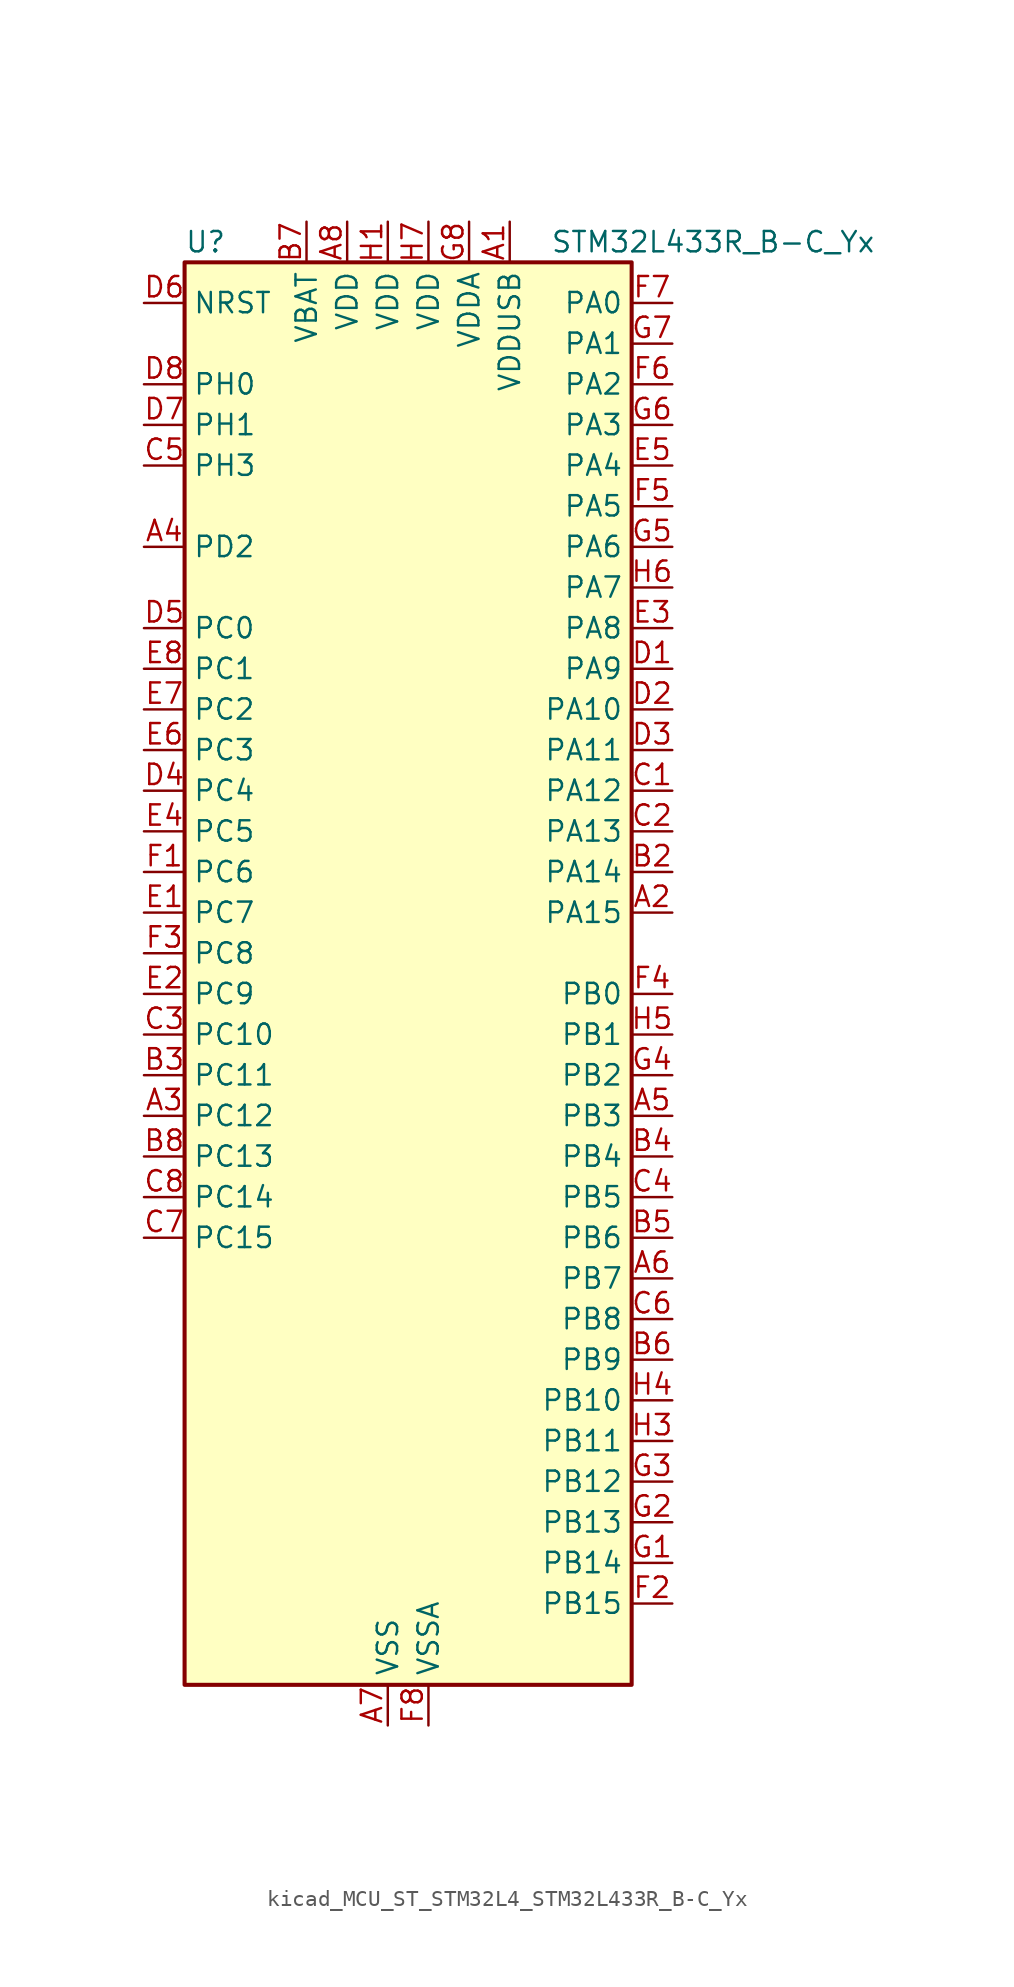
<source format=kicad_sym>
(kicad_symbol_lib
  (version 20220914)
  (generator kicad_symbol_editor)
  (symbol "kicad_MCU_ST_STM32L4_STM32L433R_B-C_Yx"
    (property "Reference" "U"
      (at -12.7 46.99 0)
      (effects (font (size 1.27 1.27)) (justify left)))
    (property "Value" "STM32L433R_B-C_Yx"
      (at 10.16 46.99 0)
      (effects (font (size 1.27 1.27)) (justify left)))
    (property "ki_locked" ""
      (at 0 0 0)
      (effects (font (size 1.27 1.27))))
    (symbol "kicad_MCU_ST_STM32L4_STM32L433R_B-C_Yx_0_1"
      (rectangle (start -12.7 -43.18) (end 15.24 45.72) (stroke (width 0.254) (type default)) (fill (type background))))
    (symbol "kicad_MCU_ST_STM32L4_STM32L433R_B-C_Yx_1_1"
      (pin power_in line (at 7.62 48.26 270) (length 2.54) (name "VDDUSB" (effects (font (size 1.27 1.27)))) (number "A1" (effects (font (size 1.27 1.27)))))
      (pin bidirectional line (at 17.78 5.08 180) (length 2.54) (name "PA15" (effects (font (size 1.27 1.27)))) (number "A2" (effects (font (size 1.27 1.27)))) (alternate "ADC1_EXTI15" bidirectional line) (alternate "LCD_SEG17" bidirectional line) (alternate "SPI1_NSS" bidirectional line) (alternate "SPI3_NSS" bidirectional line) (alternate "SWPMI1_SUSPEND" bidirectional line) (alternate "SYS_JTDI" bidirectional line) (alternate "TIM2_CH1" bidirectional line) (alternate "TIM2_ETR" bidirectional line) (alternate "TSC_G3_IO1" bidirectional line) (alternate "USART2_RX" bidirectional line) (alternate "USART3_DE" bidirectional line) (alternate "USART3_RTS" bidirectional line))
      (pin bidirectional line (at -15.24 -7.62 0) (length 2.54) (name "PC12" (effects (font (size 1.27 1.27)))) (number "A3" (effects (font (size 1.27 1.27)))) (alternate "LCD_COM6" bidirectional line) (alternate "LCD_SEG30" bidirectional line) (alternate "LCD_SEG42" bidirectional line) (alternate "SDMMC1_CK" bidirectional line) (alternate "SPI3_MOSI" bidirectional line) (alternate "TSC_G3_IO4" bidirectional line) (alternate "USART3_CK" bidirectional line))
      (pin bidirectional line (at -15.24 27.94 0) (length 2.54) (name "PD2" (effects (font (size 1.27 1.27)))) (number "A4" (effects (font (size 1.27 1.27)))) (alternate "LCD_COM7" bidirectional line) (alternate "LCD_SEG31" bidirectional line) (alternate "LCD_SEG43" bidirectional line) (alternate "SDMMC1_CMD" bidirectional line) (alternate "TSC_SYNC" bidirectional line) (alternate "USART3_DE" bidirectional line) (alternate "USART3_RTS" bidirectional line))
      (pin bidirectional line (at 17.78 -7.62 180) (length 2.54) (name "PB3" (effects (font (size 1.27 1.27)))) (number "A5" (effects (font (size 1.27 1.27)))) (alternate "COMP2_INM" bidirectional line) (alternate "LCD_SEG7" bidirectional line) (alternate "SAI1_SCK_B" bidirectional line) (alternate "SPI1_SCK" bidirectional line) (alternate "SPI3_SCK" bidirectional line) (alternate "SYS_JTDO-SWO" bidirectional line) (alternate "TIM2_CH2" bidirectional line) (alternate "USART1_DE" bidirectional line) (alternate "USART1_RTS" bidirectional line))
      (pin bidirectional line (at 17.78 -17.78 180) (length 2.54) (name "PB7" (effects (font (size 1.27 1.27)))) (number "A6" (effects (font (size 1.27 1.27)))) (alternate "COMP2_INM" bidirectional line) (alternate "I2C1_SDA" bidirectional line) (alternate "LCD_SEG21" bidirectional line) (alternate "LPTIM1_IN2" bidirectional line) (alternate "SYS_PVD_IN" bidirectional line) (alternate "TSC_G2_IO4" bidirectional line) (alternate "USART1_RX" bidirectional line))
      (pin power_in line (at 0 -45.72 90) (length 2.54) (name "VSS" (effects (font (size 1.27 1.27)))) (number "A7" (effects (font (size 1.27 1.27)))))
      (pin power_in line (at -2.54 48.26 270) (length 2.54) (name "VDD" (effects (font (size 1.27 1.27)))) (number "A8" (effects (font (size 1.27 1.27)))))
      (pin passive line (at 0 -45.72 90) (length 2.54) hide (name "VSS" (effects (font (size 1.27 1.27)))) (number "B1" (effects (font (size 1.27 1.27)))))
      (pin bidirectional line (at 17.78 7.62 180) (length 2.54) (name "PA14" (effects (font (size 1.27 1.27)))) (number "B2" (effects (font (size 1.27 1.27)))) (alternate "I2C1_SMBA" bidirectional line) (alternate "LPTIM1_OUT" bidirectional line) (alternate "SAI1_FS_B" bidirectional line) (alternate "SWPMI1_RX" bidirectional line) (alternate "SYS_JTCK-SWCLK" bidirectional line))
      (pin bidirectional line (at -15.24 -5.08 0) (length 2.54) (name "PC11" (effects (font (size 1.27 1.27)))) (number "B3" (effects (font (size 1.27 1.27)))) (alternate "ADC1_EXTI11" bidirectional line) (alternate "LCD_COM5" bidirectional line) (alternate "LCD_SEG29" bidirectional line) (alternate "LCD_SEG41" bidirectional line) (alternate "SDMMC1_D3" bidirectional line) (alternate "SPI3_MISO" bidirectional line) (alternate "TSC_G3_IO3" bidirectional line) (alternate "USART3_RX" bidirectional line))
      (pin bidirectional line (at 17.78 -10.16 180) (length 2.54) (name "PB4" (effects (font (size 1.27 1.27)))) (number "B4" (effects (font (size 1.27 1.27)))) (alternate "COMP2_INP" bidirectional line) (alternate "I2C3_SDA" bidirectional line) (alternate "LCD_SEG8" bidirectional line) (alternate "SAI1_MCLK_B" bidirectional line) (alternate "SPI1_MISO" bidirectional line) (alternate "SPI3_MISO" bidirectional line) (alternate "SYS_JTRST" bidirectional line) (alternate "TSC_G2_IO1" bidirectional line) (alternate "USART1_CTS" bidirectional line))
      (pin bidirectional line (at 17.78 -15.24 180) (length 2.54) (name "PB6" (effects (font (size 1.27 1.27)))) (number "B5" (effects (font (size 1.27 1.27)))) (alternate "COMP2_INP" bidirectional line) (alternate "I2C1_SCL" bidirectional line) (alternate "LPTIM1_ETR" bidirectional line) (alternate "SAI1_FS_B" bidirectional line) (alternate "TIM16_CH1N" bidirectional line) (alternate "TSC_G2_IO3" bidirectional line) (alternate "USART1_TX" bidirectional line))
      (pin bidirectional line (at 17.78 -22.86 180) (length 2.54) (name "PB9" (effects (font (size 1.27 1.27)))) (number "B6" (effects (font (size 1.27 1.27)))) (alternate "CAN1_TX" bidirectional line) (alternate "DAC1_EXTI9" bidirectional line) (alternate "I2C1_SDA" bidirectional line) (alternate "IR_OUT" bidirectional line) (alternate "LCD_COM3" bidirectional line) (alternate "SAI1_FS_A" bidirectional line) (alternate "SDMMC1_D5" bidirectional line) (alternate "SPI2_NSS" bidirectional line))
      (pin power_in line (at -5.08 48.26 270) (length 2.54) (name "VBAT" (effects (font (size 1.27 1.27)))) (number "B7" (effects (font (size 1.27 1.27)))))
      (pin bidirectional line (at -15.24 -10.16 0) (length 2.54) (name "PC13" (effects (font (size 1.27 1.27)))) (number "B8" (effects (font (size 1.27 1.27)))) (alternate "RTC_OUT_ALARM" bidirectional line) (alternate "RTC_OUT_CALIB" bidirectional line) (alternate "RTC_TAMP1" bidirectional line) (alternate "RTC_TS" bidirectional line) (alternate "SYS_WKUP2" bidirectional line))
      (pin bidirectional line (at 17.78 12.7 180) (length 2.54) (name "PA12" (effects (font (size 1.27 1.27)))) (number "C1" (effects (font (size 1.27 1.27)))) (alternate "CAN1_TX" bidirectional line) (alternate "SPI1_MOSI" bidirectional line) (alternate "TIM1_ETR" bidirectional line) (alternate "USART1_DE" bidirectional line) (alternate "USART1_RTS" bidirectional line) (alternate "USB_DP" bidirectional line))
      (pin bidirectional line (at 17.78 10.16 180) (length 2.54) (name "PA13" (effects (font (size 1.27 1.27)))) (number "C2" (effects (font (size 1.27 1.27)))) (alternate "IR_OUT" bidirectional line) (alternate "SAI1_SD_B" bidirectional line) (alternate "SWPMI1_TX" bidirectional line) (alternate "SYS_JTMS-SWDIO" bidirectional line) (alternate "USB_NOE" bidirectional line))
      (pin bidirectional line (at -15.24 -2.54 0) (length 2.54) (name "PC10" (effects (font (size 1.27 1.27)))) (number "C3" (effects (font (size 1.27 1.27)))) (alternate "LCD_COM4" bidirectional line) (alternate "LCD_SEG28" bidirectional line) (alternate "LCD_SEG40" bidirectional line) (alternate "SDMMC1_D2" bidirectional line) (alternate "SPI3_SCK" bidirectional line) (alternate "TSC_G3_IO2" bidirectional line) (alternate "USART3_TX" bidirectional line))
      (pin bidirectional line (at 17.78 -12.7 180) (length 2.54) (name "PB5" (effects (font (size 1.27 1.27)))) (number "C4" (effects (font (size 1.27 1.27)))) (alternate "COMP2_OUT" bidirectional line) (alternate "I2C1_SMBA" bidirectional line) (alternate "LCD_SEG9" bidirectional line) (alternate "LPTIM1_IN1" bidirectional line) (alternate "SAI1_SD_B" bidirectional line) (alternate "SPI1_MOSI" bidirectional line) (alternate "SPI3_MOSI" bidirectional line) (alternate "TIM16_BKIN" bidirectional line) (alternate "TSC_G2_IO2" bidirectional line) (alternate "USART1_CK" bidirectional line))
      (pin bidirectional line (at -15.24 33.02 0) (length 2.54) (name "PH3" (effects (font (size 1.27 1.27)))) (number "C5" (effects (font (size 1.27 1.27)))))
      (pin bidirectional line (at 17.78 -20.32 180) (length 2.54) (name "PB8" (effects (font (size 1.27 1.27)))) (number "C6" (effects (font (size 1.27 1.27)))) (alternate "CAN1_RX" bidirectional line) (alternate "I2C1_SCL" bidirectional line) (alternate "LCD_SEG16" bidirectional line) (alternate "SAI1_MCLK_A" bidirectional line) (alternate "SDMMC1_D4" bidirectional line) (alternate "TIM16_CH1" bidirectional line))
      (pin bidirectional line (at -15.24 -15.24 0) (length 2.54) (name "PC15" (effects (font (size 1.27 1.27)))) (number "C7" (effects (font (size 1.27 1.27)))) (alternate "ADC1_EXTI15" bidirectional line) (alternate "RCC_OSC32_OUT" bidirectional line))
      (pin bidirectional line (at -15.24 -12.7 0) (length 2.54) (name "PC14" (effects (font (size 1.27 1.27)))) (number "C8" (effects (font (size 1.27 1.27)))) (alternate "RCC_OSC32_IN" bidirectional line))
      (pin bidirectional line (at 17.78 20.32 180) (length 2.54) (name "PA9" (effects (font (size 1.27 1.27)))) (number "D1" (effects (font (size 1.27 1.27)))) (alternate "DAC1_EXTI9" bidirectional line) (alternate "I2C1_SCL" bidirectional line) (alternate "LCD_COM1" bidirectional line) (alternate "SAI1_FS_A" bidirectional line) (alternate "TIM15_BKIN" bidirectional line) (alternate "TIM1_CH2" bidirectional line) (alternate "USART1_TX" bidirectional line))
      (pin bidirectional line (at 17.78 17.78 180) (length 2.54) (name "PA10" (effects (font (size 1.27 1.27)))) (number "D2" (effects (font (size 1.27 1.27)))) (alternate "CRS_SYNC" bidirectional line) (alternate "I2C1_SDA" bidirectional line) (alternate "LCD_COM2" bidirectional line) (alternate "SAI1_SD_A" bidirectional line) (alternate "TIM1_CH3" bidirectional line) (alternate "USART1_RX" bidirectional line))
      (pin bidirectional line (at 17.78 15.24 180) (length 2.54) (name "PA11" (effects (font (size 1.27 1.27)))) (number "D3" (effects (font (size 1.27 1.27)))) (alternate "ADC1_EXTI11" bidirectional line) (alternate "CAN1_RX" bidirectional line) (alternate "COMP1_OUT" bidirectional line) (alternate "SPI1_MISO" bidirectional line) (alternate "TIM1_BKIN2" bidirectional line) (alternate "TIM1_BKIN2_COMP1" bidirectional line) (alternate "TIM1_CH4" bidirectional line) (alternate "USART1_CTS" bidirectional line) (alternate "USB_DM" bidirectional line))
      (pin bidirectional line (at -15.24 12.7 0) (length 2.54) (name "PC4" (effects (font (size 1.27 1.27)))) (number "D4" (effects (font (size 1.27 1.27)))) (alternate "ADC1_IN13" bidirectional line) (alternate "COMP1_INM" bidirectional line) (alternate "LCD_SEG22" bidirectional line) (alternate "USART3_TX" bidirectional line))
      (pin bidirectional line (at -15.24 22.86 0) (length 2.54) (name "PC0" (effects (font (size 1.27 1.27)))) (number "D5" (effects (font (size 1.27 1.27)))) (alternate "ADC1_IN1" bidirectional line) (alternate "I2C3_SCL" bidirectional line) (alternate "LCD_SEG18" bidirectional line) (alternate "LPTIM1_IN1" bidirectional line) (alternate "LPTIM2_IN1" bidirectional line) (alternate "LPUART1_RX" bidirectional line))
      (pin input line (at -15.24 43.18 0) (length 2.54) (name "NRST" (effects (font (size 1.27 1.27)))) (number "D6" (effects (font (size 1.27 1.27)))))
      (pin bidirectional line (at -15.24 35.56 0) (length 2.54) (name "PH1" (effects (font (size 1.27 1.27)))) (number "D7" (effects (font (size 1.27 1.27)))) (alternate "RCC_OSC_OUT" bidirectional line))
      (pin bidirectional line (at -15.24 38.1 0) (length 2.54) (name "PH0" (effects (font (size 1.27 1.27)))) (number "D8" (effects (font (size 1.27 1.27)))) (alternate "RCC_OSC_IN" bidirectional line))
      (pin bidirectional line (at -15.24 5.08 0) (length 2.54) (name "PC7" (effects (font (size 1.27 1.27)))) (number "E1" (effects (font (size 1.27 1.27)))) (alternate "LCD_SEG25" bidirectional line) (alternate "SDMMC1_D7" bidirectional line) (alternate "TSC_G4_IO2" bidirectional line))
      (pin bidirectional line (at -15.24 0 0) (length 2.54) (name "PC9" (effects (font (size 1.27 1.27)))) (number "E2" (effects (font (size 1.27 1.27)))) (alternate "DAC1_EXTI9" bidirectional line) (alternate "LCD_SEG27" bidirectional line) (alternate "SDMMC1_D1" bidirectional line) (alternate "TSC_G4_IO4" bidirectional line) (alternate "USB_NOE" bidirectional line))
      (pin bidirectional line (at 17.78 22.86 180) (length 2.54) (name "PA8" (effects (font (size 1.27 1.27)))) (number "E3" (effects (font (size 1.27 1.27)))) (alternate "LCD_COM0" bidirectional line) (alternate "LPTIM2_OUT" bidirectional line) (alternate "RCC_MCO" bidirectional line) (alternate "SAI1_SCK_A" bidirectional line) (alternate "SWPMI1_IO" bidirectional line) (alternate "TIM1_CH1" bidirectional line) (alternate "USART1_CK" bidirectional line))
      (pin bidirectional line (at -15.24 10.16 0) (length 2.54) (name "PC5" (effects (font (size 1.27 1.27)))) (number "E4" (effects (font (size 1.27 1.27)))) (alternate "ADC1_IN14" bidirectional line) (alternate "COMP1_INP" bidirectional line) (alternate "LCD_SEG23" bidirectional line) (alternate "SYS_WKUP5" bidirectional line) (alternate "USART3_RX" bidirectional line))
      (pin bidirectional line (at 17.78 33.02 180) (length 2.54) (name "PA4" (effects (font (size 1.27 1.27)))) (number "E5" (effects (font (size 1.27 1.27)))) (alternate "ADC1_IN9" bidirectional line) (alternate "COMP1_INM" bidirectional line) (alternate "COMP2_INM" bidirectional line) (alternate "DAC1_OUT1" bidirectional line) (alternate "LPTIM2_OUT" bidirectional line) (alternate "SAI1_FS_B" bidirectional line) (alternate "SPI1_NSS" bidirectional line) (alternate "SPI3_NSS" bidirectional line) (alternate "USART2_CK" bidirectional line))
      (pin bidirectional line (at -15.24 15.24 0) (length 2.54) (name "PC3" (effects (font (size 1.27 1.27)))) (number "E6" (effects (font (size 1.27 1.27)))) (alternate "ADC1_IN4" bidirectional line) (alternate "LCD_VLCD" bidirectional line) (alternate "LPTIM1_ETR" bidirectional line) (alternate "LPTIM2_ETR" bidirectional line) (alternate "SAI1_SD_A" bidirectional line) (alternate "SPI2_MOSI" bidirectional line))
      (pin bidirectional line (at -15.24 17.78 0) (length 2.54) (name "PC2" (effects (font (size 1.27 1.27)))) (number "E7" (effects (font (size 1.27 1.27)))) (alternate "ADC1_IN3" bidirectional line) (alternate "LCD_SEG20" bidirectional line) (alternate "LPTIM1_IN2" bidirectional line) (alternate "SPI2_MISO" bidirectional line))
      (pin bidirectional line (at -15.24 20.32 0) (length 2.54) (name "PC1" (effects (font (size 1.27 1.27)))) (number "E8" (effects (font (size 1.27 1.27)))) (alternate "ADC1_IN2" bidirectional line) (alternate "I2C3_SDA" bidirectional line) (alternate "LCD_SEG19" bidirectional line) (alternate "LPTIM1_OUT" bidirectional line) (alternate "LPUART1_TX" bidirectional line))
      (pin bidirectional line (at -15.24 7.62 0) (length 2.54) (name "PC6" (effects (font (size 1.27 1.27)))) (number "F1" (effects (font (size 1.27 1.27)))) (alternate "LCD_SEG24" bidirectional line) (alternate "SDMMC1_D6" bidirectional line) (alternate "TSC_G4_IO1" bidirectional line))
      (pin bidirectional line (at 17.78 -38.1 180) (length 2.54) (name "PB15" (effects (font (size 1.27 1.27)))) (number "F2" (effects (font (size 1.27 1.27)))) (alternate "ADC1_EXTI15" bidirectional line) (alternate "LCD_SEG15" bidirectional line) (alternate "RTC_REFIN" bidirectional line) (alternate "SAI1_SD_A" bidirectional line) (alternate "SPI2_MOSI" bidirectional line) (alternate "SWPMI1_SUSPEND" bidirectional line) (alternate "TIM15_CH2" bidirectional line) (alternate "TIM1_CH3N" bidirectional line) (alternate "TSC_G1_IO4" bidirectional line))
      (pin bidirectional line (at -15.24 2.54 0) (length 2.54) (name "PC8" (effects (font (size 1.27 1.27)))) (number "F3" (effects (font (size 1.27 1.27)))) (alternate "LCD_SEG26" bidirectional line) (alternate "SDMMC1_D0" bidirectional line) (alternate "TSC_G4_IO3" bidirectional line))
      (pin bidirectional line (at 17.78 0 180) (length 2.54) (name "PB0" (effects (font (size 1.27 1.27)))) (number "F4" (effects (font (size 1.27 1.27)))) (alternate "ADC1_IN15" bidirectional line) (alternate "COMP1_OUT" bidirectional line) (alternate "LCD_SEG5" bidirectional line) (alternate "QUADSPI_BK1_IO1" bidirectional line) (alternate "SAI1_EXTCLK" bidirectional line) (alternate "SPI1_NSS" bidirectional line) (alternate "TIM1_CH2N" bidirectional line) (alternate "USART3_CK" bidirectional line))
      (pin bidirectional line (at 17.78 30.48 180) (length 2.54) (name "PA5" (effects (font (size 1.27 1.27)))) (number "F5" (effects (font (size 1.27 1.27)))) (alternate "ADC1_IN10" bidirectional line) (alternate "COMP1_INM" bidirectional line) (alternate "COMP2_INM" bidirectional line) (alternate "DAC1_OUT2" bidirectional line) (alternate "LPTIM2_ETR" bidirectional line) (alternate "SPI1_SCK" bidirectional line) (alternate "TIM2_CH1" bidirectional line) (alternate "TIM2_ETR" bidirectional line))
      (pin bidirectional line (at 17.78 38.1 180) (length 2.54) (name "PA2" (effects (font (size 1.27 1.27)))) (number "F6" (effects (font (size 1.27 1.27)))) (alternate "ADC1_IN7" bidirectional line) (alternate "COMP2_INM" bidirectional line) (alternate "COMP2_OUT" bidirectional line) (alternate "LCD_SEG1" bidirectional line) (alternate "LPUART1_TX" bidirectional line) (alternate "QUADSPI_BK1_NCS" bidirectional line) (alternate "RCC_LSCO" bidirectional line) (alternate "SYS_WKUP4" bidirectional line) (alternate "TIM15_CH1" bidirectional line) (alternate "TIM2_CH3" bidirectional line) (alternate "USART2_TX" bidirectional line))
      (pin bidirectional line (at 17.78 43.18 180) (length 2.54) (name "PA0" (effects (font (size 1.27 1.27)))) (number "F7" (effects (font (size 1.27 1.27)))) (alternate "ADC1_IN5" bidirectional line) (alternate "COMP1_INM" bidirectional line) (alternate "COMP1_OUT" bidirectional line) (alternate "OPAMP1_VINP" bidirectional line) (alternate "RTC_TAMP2" bidirectional line) (alternate "SAI1_EXTCLK" bidirectional line) (alternate "SYS_WKUP1" bidirectional line) (alternate "TIM2_CH1" bidirectional line) (alternate "TIM2_ETR" bidirectional line) (alternate "USART2_CTS" bidirectional line))
      (pin power_in line (at 2.54 -45.72 90) (length 2.54) (name "VSSA" (effects (font (size 1.27 1.27)))) (number "F8" (effects (font (size 1.27 1.27)))))
      (pin bidirectional line (at 17.78 -35.56 180) (length 2.54) (name "PB14" (effects (font (size 1.27 1.27)))) (number "G1" (effects (font (size 1.27 1.27)))) (alternate "I2C2_SDA" bidirectional line) (alternate "LCD_SEG14" bidirectional line) (alternate "SAI1_MCLK_A" bidirectional line) (alternate "SPI2_MISO" bidirectional line) (alternate "SWPMI1_RX" bidirectional line) (alternate "TIM15_CH1" bidirectional line) (alternate "TIM1_CH2N" bidirectional line) (alternate "TSC_G1_IO3" bidirectional line) (alternate "USART3_DE" bidirectional line) (alternate "USART3_RTS" bidirectional line))
      (pin bidirectional line (at 17.78 -33.02 180) (length 2.54) (name "PB13" (effects (font (size 1.27 1.27)))) (number "G2" (effects (font (size 1.27 1.27)))) (alternate "I2C2_SCL" bidirectional line) (alternate "LCD_SEG13" bidirectional line) (alternate "LPUART1_CTS" bidirectional line) (alternate "SAI1_SCK_A" bidirectional line) (alternate "SPI2_SCK" bidirectional line) (alternate "SWPMI1_TX" bidirectional line) (alternate "TIM15_CH1N" bidirectional line) (alternate "TIM1_CH1N" bidirectional line) (alternate "TSC_G1_IO2" bidirectional line) (alternate "USART3_CTS" bidirectional line))
      (pin bidirectional line (at 17.78 -30.48 180) (length 2.54) (name "PB12" (effects (font (size 1.27 1.27)))) (number "G3" (effects (font (size 1.27 1.27)))) (alternate "I2C2_SMBA" bidirectional line) (alternate "LCD_SEG12" bidirectional line) (alternate "LPUART1_DE" bidirectional line) (alternate "LPUART1_RTS" bidirectional line) (alternate "SAI1_FS_A" bidirectional line) (alternate "SPI2_NSS" bidirectional line) (alternate "SWPMI1_IO" bidirectional line) (alternate "TIM15_BKIN" bidirectional line) (alternate "TIM1_BKIN" bidirectional line) (alternate "TIM1_BKIN_COMP2" bidirectional line) (alternate "TSC_G1_IO1" bidirectional line) (alternate "USART3_CK" bidirectional line))
      (pin bidirectional line (at 17.78 -5.08 180) (length 2.54) (name "PB2" (effects (font (size 1.27 1.27)))) (number "G4" (effects (font (size 1.27 1.27)))) (alternate "COMP1_INP" bidirectional line) (alternate "I2C3_SMBA" bidirectional line) (alternate "LCD_VLCD" bidirectional line) (alternate "LPTIM1_OUT" bidirectional line) (alternate "RTC_OUT_ALARM" bidirectional line) (alternate "RTC_OUT_CALIB" bidirectional line))
      (pin bidirectional line (at 17.78 27.94 180) (length 2.54) (name "PA6" (effects (font (size 1.27 1.27)))) (number "G5" (effects (font (size 1.27 1.27)))) (alternate "ADC1_IN11" bidirectional line) (alternate "COMP1_OUT" bidirectional line) (alternate "LCD_SEG3" bidirectional line) (alternate "LPUART1_CTS" bidirectional line) (alternate "QUADSPI_BK1_IO3" bidirectional line) (alternate "SPI1_MISO" bidirectional line) (alternate "TIM16_CH1" bidirectional line) (alternate "TIM1_BKIN" bidirectional line) (alternate "TIM1_BKIN_COMP2" bidirectional line) (alternate "USART3_CTS" bidirectional line))
      (pin bidirectional line (at 17.78 35.56 180) (length 2.54) (name "PA3" (effects (font (size 1.27 1.27)))) (number "G6" (effects (font (size 1.27 1.27)))) (alternate "ADC1_IN8" bidirectional line) (alternate "COMP2_INP" bidirectional line) (alternate "LCD_SEG2" bidirectional line) (alternate "LPUART1_RX" bidirectional line) (alternate "OPAMP1_VOUT" bidirectional line) (alternate "QUADSPI_CLK" bidirectional line) (alternate "SAI1_MCLK_A" bidirectional line) (alternate "TIM15_CH2" bidirectional line) (alternate "TIM2_CH4" bidirectional line) (alternate "USART2_RX" bidirectional line))
      (pin bidirectional line (at 17.78 40.64 180) (length 2.54) (name "PA1" (effects (font (size 1.27 1.27)))) (number "G7" (effects (font (size 1.27 1.27)))) (alternate "ADC1_IN6" bidirectional line) (alternate "COMP1_INP" bidirectional line) (alternate "I2C1_SMBA" bidirectional line) (alternate "LCD_SEG0" bidirectional line) (alternate "OPAMP1_VINM" bidirectional line) (alternate "SPI1_SCK" bidirectional line) (alternate "TIM15_CH1N" bidirectional line) (alternate "TIM2_CH2" bidirectional line) (alternate "USART2_DE" bidirectional line) (alternate "USART2_RTS" bidirectional line))
      (pin power_in line (at 5.08 48.26 270) (length 2.54) (name "VDDA" (effects (font (size 1.27 1.27)))) (number "G8" (effects (font (size 1.27 1.27)))))
      (pin power_in line (at 0 48.26 270) (length 2.54) (name "VDD" (effects (font (size 1.27 1.27)))) (number "H1" (effects (font (size 1.27 1.27)))))
      (pin passive line (at 0 -45.72 90) (length 2.54) hide (name "VSS" (effects (font (size 1.27 1.27)))) (number "H2" (effects (font (size 1.27 1.27)))))
      (pin bidirectional line (at 17.78 -27.94 180) (length 2.54) (name "PB11" (effects (font (size 1.27 1.27)))) (number "H3" (effects (font (size 1.27 1.27)))) (alternate "ADC1_EXTI11" bidirectional line) (alternate "COMP2_OUT" bidirectional line) (alternate "I2C2_SDA" bidirectional line) (alternate "LCD_SEG11" bidirectional line) (alternate "LPUART1_TX" bidirectional line) (alternate "QUADSPI_BK1_NCS" bidirectional line) (alternate "TIM2_CH4" bidirectional line) (alternate "USART3_RX" bidirectional line))
      (pin bidirectional line (at 17.78 -25.4 180) (length 2.54) (name "PB10" (effects (font (size 1.27 1.27)))) (number "H4" (effects (font (size 1.27 1.27)))) (alternate "COMP1_OUT" bidirectional line) (alternate "I2C2_SCL" bidirectional line) (alternate "LCD_SEG10" bidirectional line) (alternate "LPUART1_RX" bidirectional line) (alternate "QUADSPI_CLK" bidirectional line) (alternate "SAI1_SCK_A" bidirectional line) (alternate "SPI2_SCK" bidirectional line) (alternate "TIM2_CH3" bidirectional line) (alternate "TSC_SYNC" bidirectional line) (alternate "USART3_TX" bidirectional line))
      (pin bidirectional line (at 17.78 -2.54 180) (length 2.54) (name "PB1" (effects (font (size 1.27 1.27)))) (number "H5" (effects (font (size 1.27 1.27)))) (alternate "ADC1_IN16" bidirectional line) (alternate "COMP1_INM" bidirectional line) (alternate "LCD_SEG6" bidirectional line) (alternate "LPTIM2_IN1" bidirectional line) (alternate "LPUART1_DE" bidirectional line) (alternate "LPUART1_RTS" bidirectional line) (alternate "QUADSPI_BK1_IO0" bidirectional line) (alternate "TIM1_CH3N" bidirectional line) (alternate "USART3_DE" bidirectional line) (alternate "USART3_RTS" bidirectional line))
      (pin bidirectional line (at 17.78 25.4 180) (length 2.54) (name "PA7" (effects (font (size 1.27 1.27)))) (number "H6" (effects (font (size 1.27 1.27)))) (alternate "ADC1_IN12" bidirectional line) (alternate "COMP2_OUT" bidirectional line) (alternate "I2C3_SCL" bidirectional line) (alternate "LCD_SEG4" bidirectional line) (alternate "QUADSPI_BK1_IO2" bidirectional line) (alternate "SPI1_MOSI" bidirectional line) (alternate "TIM1_CH1N" bidirectional line))
      (pin power_in line (at 2.54 48.26 270) (length 2.54) (name "VDD" (effects (font (size 1.27 1.27)))) (number "H7" (effects (font (size 1.27 1.27)))))
      (pin passive line (at 0 -45.72 90) (length 2.54) hide (name "VSS" (effects (font (size 1.27 1.27)))) (number "H8" (effects (font (size 1.27 1.27))))))))
</source>
